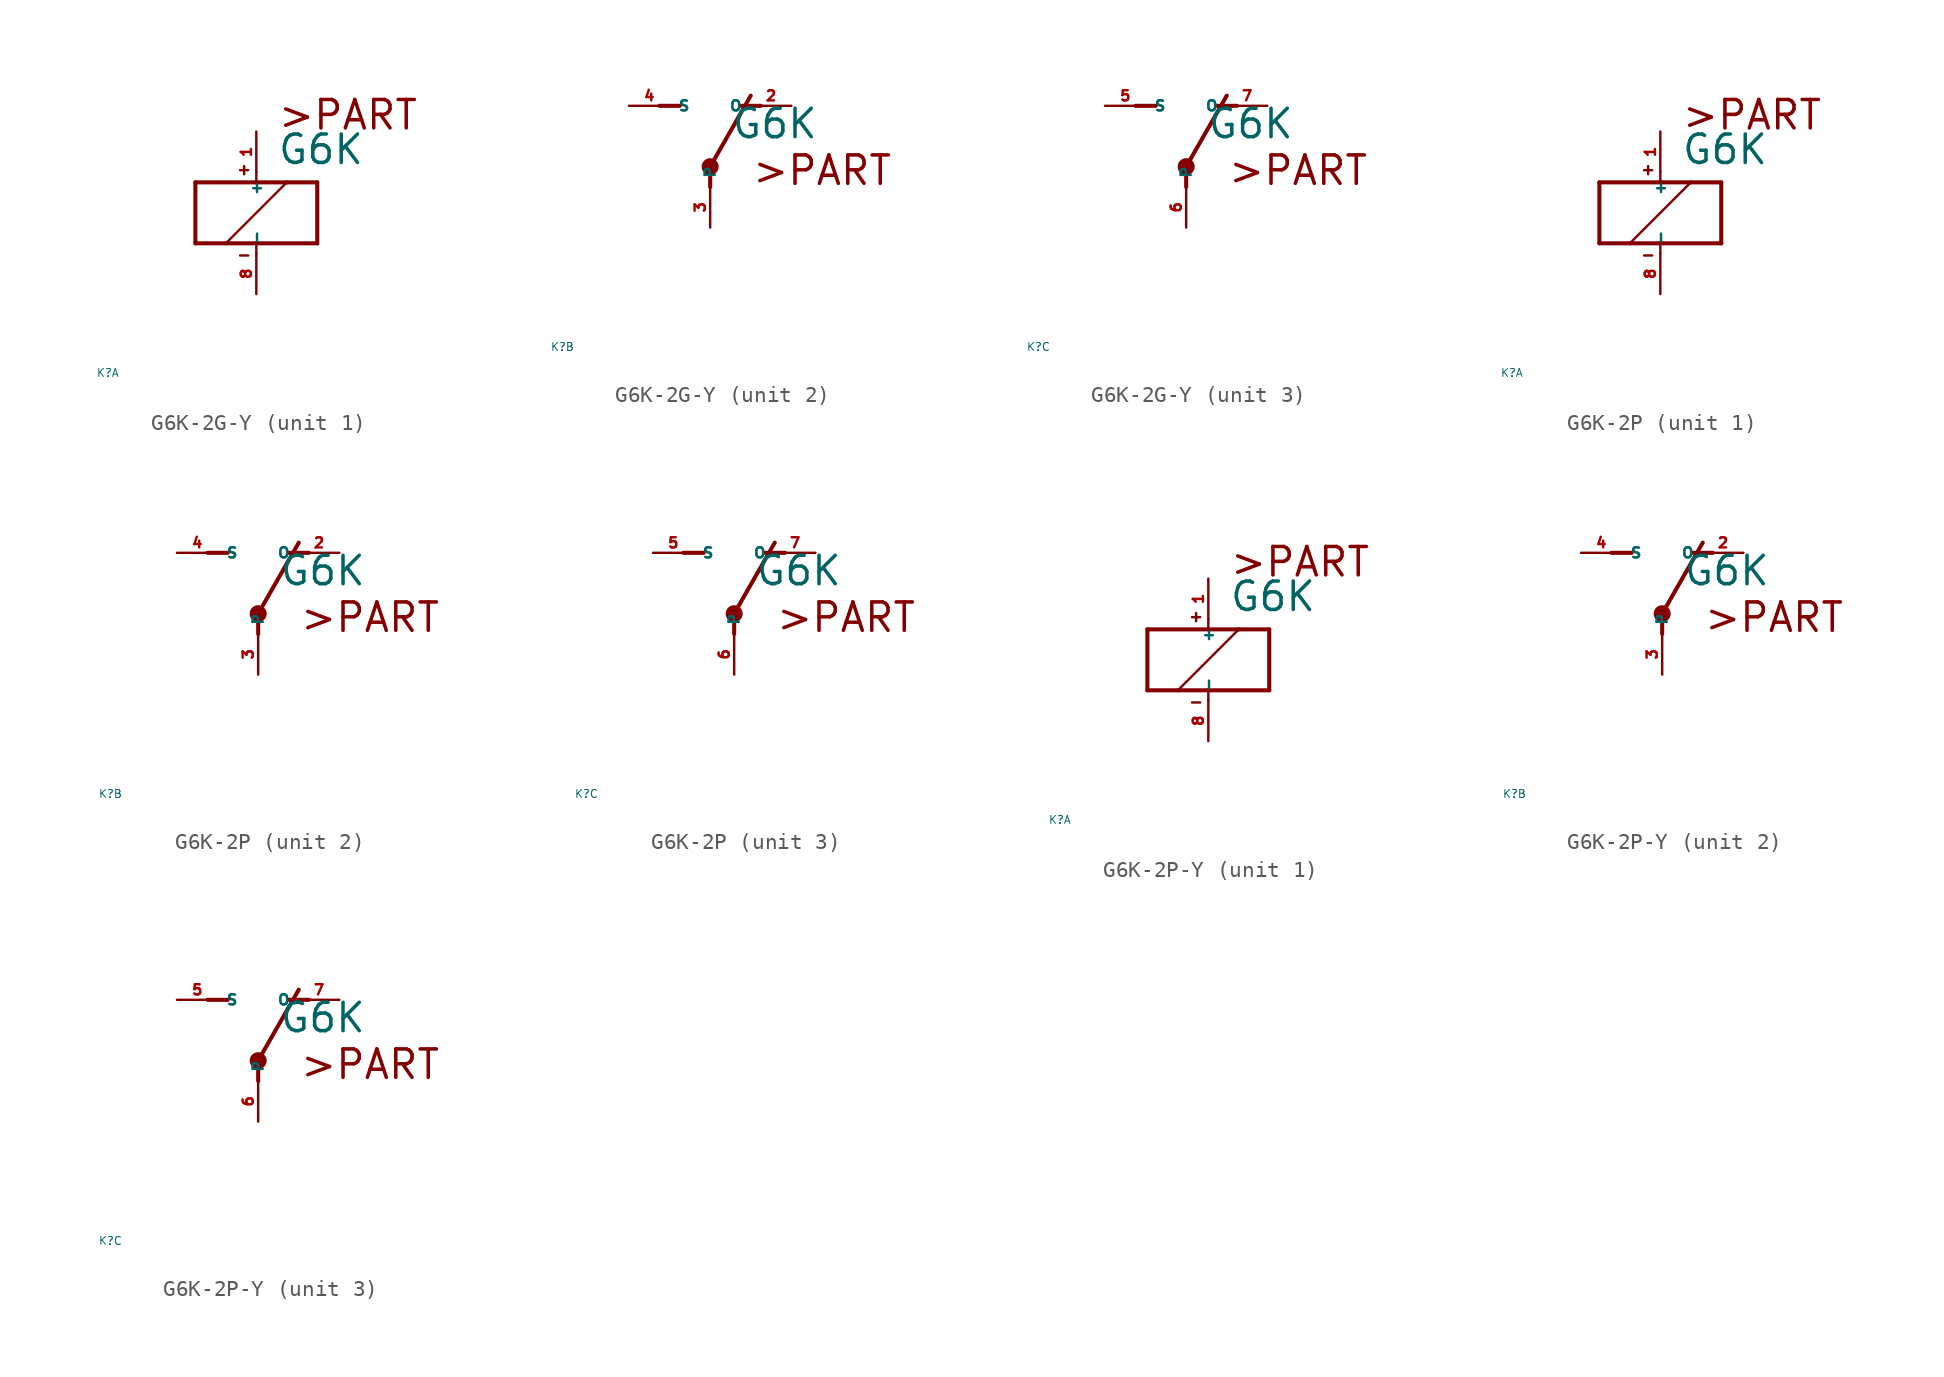
<source format=kicad_sym>
(kicad_symbol_lib
  (version 20220914)
  (generator Eagle2Kicad)
  (symbol "G6K-2G-Y"
    (property "Reference" "K"
      (at -10 -10 0)
      (effects (font (size 0.5 0.5) (thickness 0.06)) (justify left)))
    (property "Value" "G6K"
      (at 1.27 2.921 0)
      (effects (font (size 1.778 1.778) (thickness 0.22)) (justify left bottom)))
    (symbol "G6K-2G-Y_1_0"
      (polyline (pts (xy -3.81 -1.905) (xy -1.905 -1.905)) (stroke (width 0.254) (type default)) (fill (type none)))
      (polyline (pts (xy 3.81 -1.905) (xy 3.81 1.905)) (stroke (width 0.254) (type default)) (fill (type none)))
      (polyline (pts (xy 3.81 1.905) (xy 1.905 1.905)) (stroke (width 0.254) (type default)) (fill (type none)))
      (polyline (pts (xy -3.81 1.905) (xy -3.81 -1.905)) (stroke (width 0.254) (type default)) (fill (type none)))
      (polyline (pts (xy 0 -2.54) (xy 0 -1.905)) (stroke (width 0.152) (type default)) (fill (type none)))
      (polyline (pts (xy 0 -1.905) (xy 3.81 -1.905)) (stroke (width 0.254) (type default)) (fill (type none)))
      (polyline (pts (xy 0 2.54) (xy 0 1.905)) (stroke (width 0.152) (type default)) (fill (type none)))
      (polyline (pts (xy 0 1.905) (xy -3.81 1.905)) (stroke (width 0.254) (type default)) (fill (type none)))
      (polyline (pts (xy -1.905 -1.905) (xy 1.905 1.905)) (stroke (width 0.152) (type default)) (fill (type none)))
      (polyline (pts (xy -1.905 -1.905) (xy 0 -1.905)) (stroke (width 0.254) (type default)) (fill (type none)))
      (polyline (pts (xy 1.905 1.905) (xy 0 1.905)) (stroke (width 0.254) (type default)) (fill (type none)))
      (polyline (pts (xy -1.016 2.667) (xy -0.508 2.667)) (stroke (width 0.152) (type default)) (fill (type none)))
      (polyline (pts (xy -0.762 2.921) (xy -0.762 2.413)) (stroke (width 0.152) (type default)) (fill (type none)))
      (polyline (pts (xy -1.016 -2.667) (xy -0.508 -2.667)) (stroke (width 0.152) (type default)) (fill (type none)))
      (text ">PART" (at 1.27 5.08 0) (effects (font (size 1.778 1.778) (thickness 0.22)) (justify left bottom)))
      (pin passive line (at 0 -5.08 90) (length 2.54) (name "-" (effects (font (size 0.635 0.635) (thickness 0.08)) (justify left bottom))) (number "8" (effects (font (size 0.635 0.635) (thickness 0.08)) (justify left bottom))))
      (pin passive line (at 0 5.08 270) (length 2.54) (name "+" (effects (font (size 0.635 0.635) (thickness 0.08)) (justify left bottom))) (number "1" (effects (font (size 0.635 0.635) (thickness 0.08)) (justify left bottom)))))
    (symbol "G6K-2G-Y_2_0"
      (polyline (pts (xy 3.175 5.08) (xy 1.905 5.08)) (stroke (width 0.254) (type default)) (fill (type none)))
      (polyline (pts (xy -3.175 5.08) (xy -1.905 5.08)) (stroke (width 0.254) (type default)) (fill (type none)))
      (polyline (pts (xy 0 1.27) (xy 2.54 5.715)) (stroke (width 0.254) (type default)) (fill (type none)))
      (polyline (pts (xy 0 1.27) (xy 0 0)) (stroke (width 0.254) (type default)) (fill (type none)))
      (text ">PART" (at 2.54 0 0) (effects (font (size 1.778 1.778) (thickness 0.22)) (justify left bottom)))
      (circle (center 0 1.27) (radius 0.127) (stroke (width 0.406) (type default)) (fill (type none)))
      (pin passive line (at 5.08 5.08 180) (length 2.54) (name "O" (effects (font (size 0.635 0.635) (thickness 0.08)) (justify left bottom))) (number "2" (effects (font (size 0.635 0.635) (thickness 0.08)) (justify left bottom))))
      (pin passive line (at -5.08 5.08 0) (length 2.54) (name "S" (effects (font (size 0.635 0.635) (thickness 0.08)) (justify left bottom))) (number "4" (effects (font (size 0.635 0.635) (thickness 0.08)) (justify left bottom))))
      (pin passive line (at 0 -2.54 90) (length 2.54) (name "P" (effects (font (size 0.635 0.635) (thickness 0.08)) (justify left bottom))) (number "3" (effects (font (size 0.635 0.635) (thickness 0.08)) (justify left bottom)))))
    (symbol "G6K-2G-Y_3_0"
      (polyline (pts (xy 3.175 5.08) (xy 1.905 5.08)) (stroke (width 0.254) (type default)) (fill (type none)))
      (polyline (pts (xy -3.175 5.08) (xy -1.905 5.08)) (stroke (width 0.254) (type default)) (fill (type none)))
      (polyline (pts (xy 0 1.27) (xy 2.54 5.715)) (stroke (width 0.254) (type default)) (fill (type none)))
      (polyline (pts (xy 0 1.27) (xy 0 0)) (stroke (width 0.254) (type default)) (fill (type none)))
      (text ">PART" (at 2.54 0 0) (effects (font (size 1.778 1.778) (thickness 0.22)) (justify left bottom)))
      (circle (center 0 1.27) (radius 0.127) (stroke (width 0.406) (type default)) (fill (type none)))
      (pin passive line (at 5.08 5.08 180) (length 2.54) (name "O" (effects (font (size 0.635 0.635) (thickness 0.08)) (justify left bottom))) (number "7" (effects (font (size 0.635 0.635) (thickness 0.08)) (justify left bottom))))
      (pin passive line (at -5.08 5.08 0) (length 2.54) (name "S" (effects (font (size 0.635 0.635) (thickness 0.08)) (justify left bottom))) (number "5" (effects (font (size 0.635 0.635) (thickness 0.08)) (justify left bottom))))
      (pin passive line (at 0 -2.54 90) (length 2.54) (name "P" (effects (font (size 0.635 0.635) (thickness 0.08)) (justify left bottom))) (number "6" (effects (font (size 0.635 0.635) (thickness 0.08)) (justify left bottom))))))
  (symbol "G6K-2P"
    (property "Reference" "K"
      (at -10 -10 0)
      (effects (font (size 0.5 0.5) (thickness 0.06)) (justify left)))
    (property "Value" "G6K"
      (at 1.27 2.921 0)
      (effects (font (size 1.778 1.778) (thickness 0.22)) (justify left bottom)))
    (symbol "G6K-2P_1_0"
      (polyline (pts (xy -3.81 -1.905) (xy -1.905 -1.905)) (stroke (width 0.254) (type default)) (fill (type none)))
      (polyline (pts (xy 3.81 -1.905) (xy 3.81 1.905)) (stroke (width 0.254) (type default)) (fill (type none)))
      (polyline (pts (xy 3.81 1.905) (xy 1.905 1.905)) (stroke (width 0.254) (type default)) (fill (type none)))
      (polyline (pts (xy -3.81 1.905) (xy -3.81 -1.905)) (stroke (width 0.254) (type default)) (fill (type none)))
      (polyline (pts (xy 0 -2.54) (xy 0 -1.905)) (stroke (width 0.152) (type default)) (fill (type none)))
      (polyline (pts (xy 0 -1.905) (xy 3.81 -1.905)) (stroke (width 0.254) (type default)) (fill (type none)))
      (polyline (pts (xy 0 2.54) (xy 0 1.905)) (stroke (width 0.152) (type default)) (fill (type none)))
      (polyline (pts (xy 0 1.905) (xy -3.81 1.905)) (stroke (width 0.254) (type default)) (fill (type none)))
      (polyline (pts (xy -1.905 -1.905) (xy 1.905 1.905)) (stroke (width 0.152) (type default)) (fill (type none)))
      (polyline (pts (xy -1.905 -1.905) (xy 0 -1.905)) (stroke (width 0.254) (type default)) (fill (type none)))
      (polyline (pts (xy 1.905 1.905) (xy 0 1.905)) (stroke (width 0.254) (type default)) (fill (type none)))
      (polyline (pts (xy -1.016 2.667) (xy -0.508 2.667)) (stroke (width 0.152) (type default)) (fill (type none)))
      (polyline (pts (xy -0.762 2.921) (xy -0.762 2.413)) (stroke (width 0.152) (type default)) (fill (type none)))
      (polyline (pts (xy -1.016 -2.667) (xy -0.508 -2.667)) (stroke (width 0.152) (type default)) (fill (type none)))
      (text ">PART" (at 1.27 5.08 0) (effects (font (size 1.778 1.778) (thickness 0.22)) (justify left bottom)))
      (pin passive line (at 0 -5.08 90) (length 2.54) (name "-" (effects (font (size 0.635 0.635) (thickness 0.08)) (justify left bottom))) (number "8" (effects (font (size 0.635 0.635) (thickness 0.08)) (justify left bottom))))
      (pin passive line (at 0 5.08 270) (length 2.54) (name "+" (effects (font (size 0.635 0.635) (thickness 0.08)) (justify left bottom))) (number "1" (effects (font (size 0.635 0.635) (thickness 0.08)) (justify left bottom)))))
    (symbol "G6K-2P_2_0"
      (polyline (pts (xy 3.175 5.08) (xy 1.905 5.08)) (stroke (width 0.254) (type default)) (fill (type none)))
      (polyline (pts (xy -3.175 5.08) (xy -1.905 5.08)) (stroke (width 0.254) (type default)) (fill (type none)))
      (polyline (pts (xy 0 1.27) (xy 2.54 5.715)) (stroke (width 0.254) (type default)) (fill (type none)))
      (polyline (pts (xy 0 1.27) (xy 0 0)) (stroke (width 0.254) (type default)) (fill (type none)))
      (text ">PART" (at 2.54 0 0) (effects (font (size 1.778 1.778) (thickness 0.22)) (justify left bottom)))
      (circle (center 0 1.27) (radius 0.127) (stroke (width 0.406) (type default)) (fill (type none)))
      (pin passive line (at 5.08 5.08 180) (length 2.54) (name "O" (effects (font (size 0.635 0.635) (thickness 0.08)) (justify left bottom))) (number "2" (effects (font (size 0.635 0.635) (thickness 0.08)) (justify left bottom))))
      (pin passive line (at -5.08 5.08 0) (length 2.54) (name "S" (effects (font (size 0.635 0.635) (thickness 0.08)) (justify left bottom))) (number "4" (effects (font (size 0.635 0.635) (thickness 0.08)) (justify left bottom))))
      (pin passive line (at 0 -2.54 90) (length 2.54) (name "P" (effects (font (size 0.635 0.635) (thickness 0.08)) (justify left bottom))) (number "3" (effects (font (size 0.635 0.635) (thickness 0.08)) (justify left bottom)))))
    (symbol "G6K-2P_3_0"
      (polyline (pts (xy 3.175 5.08) (xy 1.905 5.08)) (stroke (width 0.254) (type default)) (fill (type none)))
      (polyline (pts (xy -3.175 5.08) (xy -1.905 5.08)) (stroke (width 0.254) (type default)) (fill (type none)))
      (polyline (pts (xy 0 1.27) (xy 2.54 5.715)) (stroke (width 0.254) (type default)) (fill (type none)))
      (polyline (pts (xy 0 1.27) (xy 0 0)) (stroke (width 0.254) (type default)) (fill (type none)))
      (text ">PART" (at 2.54 0 0) (effects (font (size 1.778 1.778) (thickness 0.22)) (justify left bottom)))
      (circle (center 0 1.27) (radius 0.127) (stroke (width 0.406) (type default)) (fill (type none)))
      (pin passive line (at 5.08 5.08 180) (length 2.54) (name "O" (effects (font (size 0.635 0.635) (thickness 0.08)) (justify left bottom))) (number "7" (effects (font (size 0.635 0.635) (thickness 0.08)) (justify left bottom))))
      (pin passive line (at -5.08 5.08 0) (length 2.54) (name "S" (effects (font (size 0.635 0.635) (thickness 0.08)) (justify left bottom))) (number "5" (effects (font (size 0.635 0.635) (thickness 0.08)) (justify left bottom))))
      (pin passive line (at 0 -2.54 90) (length 2.54) (name "P" (effects (font (size 0.635 0.635) (thickness 0.08)) (justify left bottom))) (number "6" (effects (font (size 0.635 0.635) (thickness 0.08)) (justify left bottom))))))
  (symbol "G6K-2P-Y"
    (property "Reference" "K"
      (at -10 -10 0)
      (effects (font (size 0.5 0.5) (thickness 0.06)) (justify left)))
    (property "Value" "G6K"
      (at 1.27 2.921 0)
      (effects (font (size 1.778 1.778) (thickness 0.22)) (justify left bottom)))
    (symbol "G6K-2P-Y_1_0"
      (polyline (pts (xy -3.81 -1.905) (xy -1.905 -1.905)) (stroke (width 0.254) (type default)) (fill (type none)))
      (polyline (pts (xy 3.81 -1.905) (xy 3.81 1.905)) (stroke (width 0.254) (type default)) (fill (type none)))
      (polyline (pts (xy 3.81 1.905) (xy 1.905 1.905)) (stroke (width 0.254) (type default)) (fill (type none)))
      (polyline (pts (xy -3.81 1.905) (xy -3.81 -1.905)) (stroke (width 0.254) (type default)) (fill (type none)))
      (polyline (pts (xy 0 -2.54) (xy 0 -1.905)) (stroke (width 0.152) (type default)) (fill (type none)))
      (polyline (pts (xy 0 -1.905) (xy 3.81 -1.905)) (stroke (width 0.254) (type default)) (fill (type none)))
      (polyline (pts (xy 0 2.54) (xy 0 1.905)) (stroke (width 0.152) (type default)) (fill (type none)))
      (polyline (pts (xy 0 1.905) (xy -3.81 1.905)) (stroke (width 0.254) (type default)) (fill (type none)))
      (polyline (pts (xy -1.905 -1.905) (xy 1.905 1.905)) (stroke (width 0.152) (type default)) (fill (type none)))
      (polyline (pts (xy -1.905 -1.905) (xy 0 -1.905)) (stroke (width 0.254) (type default)) (fill (type none)))
      (polyline (pts (xy 1.905 1.905) (xy 0 1.905)) (stroke (width 0.254) (type default)) (fill (type none)))
      (polyline (pts (xy -1.016 2.667) (xy -0.508 2.667)) (stroke (width 0.152) (type default)) (fill (type none)))
      (polyline (pts (xy -0.762 2.921) (xy -0.762 2.413)) (stroke (width 0.152) (type default)) (fill (type none)))
      (polyline (pts (xy -1.016 -2.667) (xy -0.508 -2.667)) (stroke (width 0.152) (type default)) (fill (type none)))
      (text ">PART" (at 1.27 5.08 0) (effects (font (size 1.778 1.778) (thickness 0.22)) (justify left bottom)))
      (pin passive line (at 0 -5.08 90) (length 2.54) (name "-" (effects (font (size 0.635 0.635) (thickness 0.08)) (justify left bottom))) (number "8" (effects (font (size 0.635 0.635) (thickness 0.08)) (justify left bottom))))
      (pin passive line (at 0 5.08 270) (length 2.54) (name "+" (effects (font (size 0.635 0.635) (thickness 0.08)) (justify left bottom))) (number "1" (effects (font (size 0.635 0.635) (thickness 0.08)) (justify left bottom)))))
    (symbol "G6K-2P-Y_2_0"
      (polyline (pts (xy 3.175 5.08) (xy 1.905 5.08)) (stroke (width 0.254) (type default)) (fill (type none)))
      (polyline (pts (xy -3.175 5.08) (xy -1.905 5.08)) (stroke (width 0.254) (type default)) (fill (type none)))
      (polyline (pts (xy 0 1.27) (xy 2.54 5.715)) (stroke (width 0.254) (type default)) (fill (type none)))
      (polyline (pts (xy 0 1.27) (xy 0 0)) (stroke (width 0.254) (type default)) (fill (type none)))
      (text ">PART" (at 2.54 0 0) (effects (font (size 1.778 1.778) (thickness 0.22)) (justify left bottom)))
      (circle (center 0 1.27) (radius 0.127) (stroke (width 0.406) (type default)) (fill (type none)))
      (pin passive line (at 5.08 5.08 180) (length 2.54) (name "O" (effects (font (size 0.635 0.635) (thickness 0.08)) (justify left bottom))) (number "2" (effects (font (size 0.635 0.635) (thickness 0.08)) (justify left bottom))))
      (pin passive line (at -5.08 5.08 0) (length 2.54) (name "S" (effects (font (size 0.635 0.635) (thickness 0.08)) (justify left bottom))) (number "4" (effects (font (size 0.635 0.635) (thickness 0.08)) (justify left bottom))))
      (pin passive line (at 0 -2.54 90) (length 2.54) (name "P" (effects (font (size 0.635 0.635) (thickness 0.08)) (justify left bottom))) (number "3" (effects (font (size 0.635 0.635) (thickness 0.08)) (justify left bottom)))))
    (symbol "G6K-2P-Y_3_0"
      (polyline (pts (xy 3.175 5.08) (xy 1.905 5.08)) (stroke (width 0.254) (type default)) (fill (type none)))
      (polyline (pts (xy -3.175 5.08) (xy -1.905 5.08)) (stroke (width 0.254) (type default)) (fill (type none)))
      (polyline (pts (xy 0 1.27) (xy 2.54 5.715)) (stroke (width 0.254) (type default)) (fill (type none)))
      (polyline (pts (xy 0 1.27) (xy 0 0)) (stroke (width 0.254) (type default)) (fill (type none)))
      (text ">PART" (at 2.54 0 0) (effects (font (size 1.778 1.778) (thickness 0.22)) (justify left bottom)))
      (circle (center 0 1.27) (radius 0.127) (stroke (width 0.406) (type default)) (fill (type none)))
      (pin passive line (at 5.08 5.08 180) (length 2.54) (name "O" (effects (font (size 0.635 0.635) (thickness 0.08)) (justify left bottom))) (number "7" (effects (font (size 0.635 0.635) (thickness 0.08)) (justify left bottom))))
      (pin passive line (at -5.08 5.08 0) (length 2.54) (name "S" (effects (font (size 0.635 0.635) (thickness 0.08)) (justify left bottom))) (number "5" (effects (font (size 0.635 0.635) (thickness 0.08)) (justify left bottom))))
      (pin passive line (at 0 -2.54 90) (length 2.54) (name "P" (effects (font (size 0.635 0.635) (thickness 0.08)) (justify left bottom))) (number "6" (effects (font (size 0.635 0.635) (thickness 0.08)) (justify left bottom)))))))
</source>
